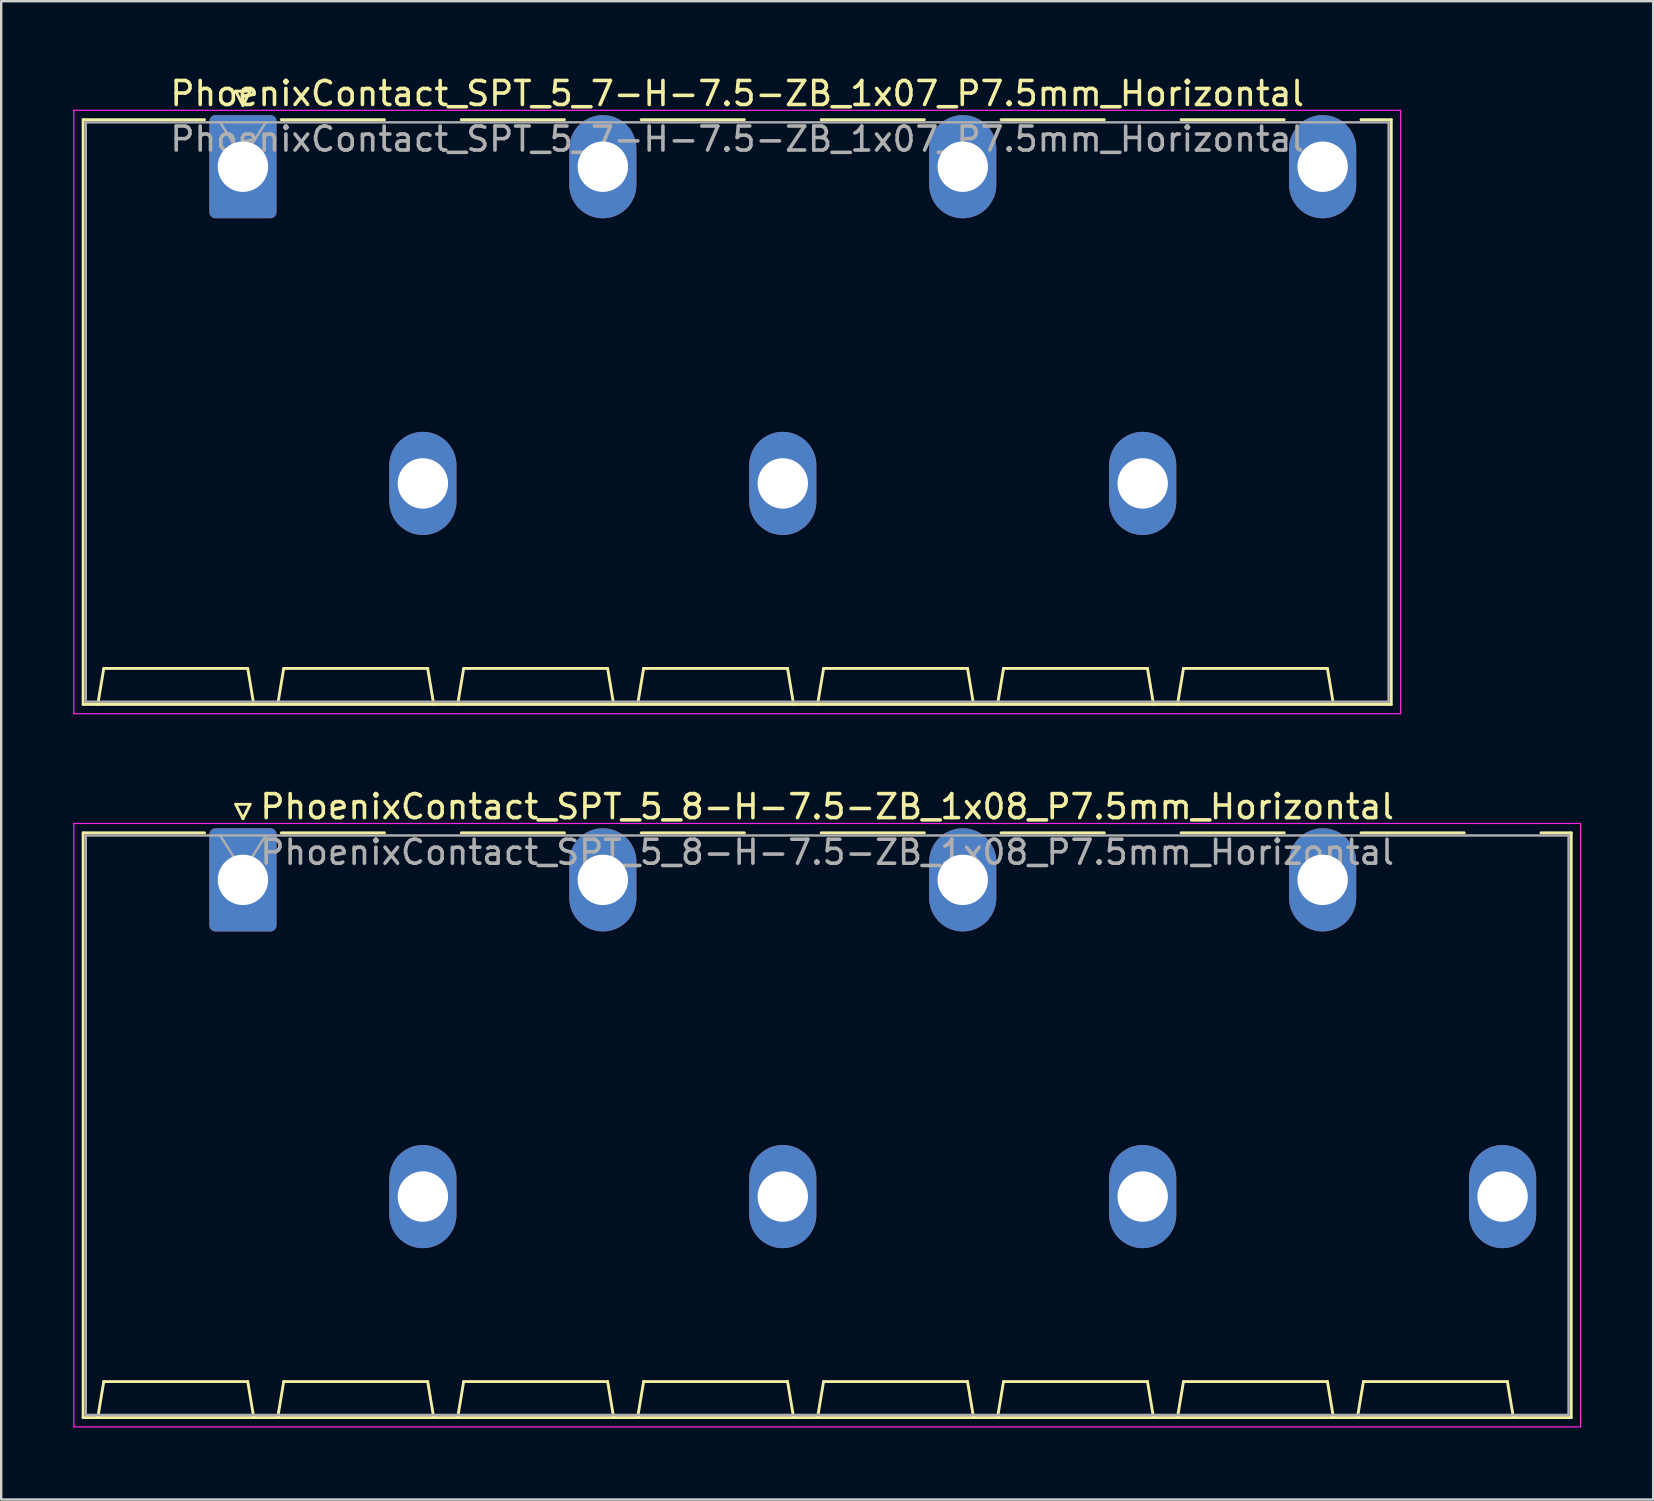
<source format=kicad_pcb>
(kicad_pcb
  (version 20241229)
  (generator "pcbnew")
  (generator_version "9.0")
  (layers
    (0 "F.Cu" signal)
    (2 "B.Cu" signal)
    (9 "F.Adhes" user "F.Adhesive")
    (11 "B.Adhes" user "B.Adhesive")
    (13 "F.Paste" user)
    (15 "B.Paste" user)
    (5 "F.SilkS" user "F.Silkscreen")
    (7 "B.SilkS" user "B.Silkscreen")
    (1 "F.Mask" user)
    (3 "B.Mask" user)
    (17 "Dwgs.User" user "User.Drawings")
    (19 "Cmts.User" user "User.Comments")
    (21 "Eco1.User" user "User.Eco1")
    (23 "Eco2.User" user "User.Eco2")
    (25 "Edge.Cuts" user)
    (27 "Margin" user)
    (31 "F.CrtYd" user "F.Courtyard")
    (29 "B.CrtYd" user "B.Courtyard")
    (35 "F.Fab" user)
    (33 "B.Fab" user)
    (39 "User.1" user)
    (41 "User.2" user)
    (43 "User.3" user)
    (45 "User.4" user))
  (footprint "PhoenixContact_SPT_5_8-H-7.5-ZB_1x08_P7.5mm_Horizontal"
    (layer "F.Cu")
    (at 7.075 33.621)
    (property "Reference" "PhoenixContact_SPT_5_8-H-7.5-ZB_1x08_P7.5mm_Horizontal" (at 24.35 -3.05 0) (layer "F.SilkS") (effects (font (size 1 1) (thickness 0.15))))
    (attr through_hole)
    (fp_line (start -6.66 -1.96) (end -1.6 -1.96) (stroke (width 0.12) (type solid)) (layer "F.SilkS"))
    (fp_line (start -6.66 22.41) (end -6.66 -1.96) (stroke (width 0.12) (type solid)) (layer "F.SilkS"))
    (fp_line (start -6.05 22.41) (end -5.8 20.91) (stroke (width 0.12) (type solid)) (layer "F.SilkS"))
    (fp_line (start -5.8 20.91) (end 0.2 20.91) (stroke (width 0.12) (type solid)) (layer "F.SilkS"))
    (fp_line (start -0.3 -3.15) (end 0 -2.55) (stroke (width 0.12) (type solid)) (layer "F.SilkS"))
    (fp_line (start -0.3 -3.15) (end 0.3 -3.15) (stroke (width 0.12) (type solid)) (layer "F.SilkS"))
    (fp_line (start 0.3 -3.15) (end 0 -2.55) (stroke (width 0.12) (type solid)) (layer "F.SilkS"))
    (fp_line (start 0.45 22.41) (end 0.2 20.91) (stroke (width 0.12) (type solid)) (layer "F.SilkS"))
    (fp_line (start 1.45 22.41) (end 1.7 20.91) (stroke (width 0.12) (type solid)) (layer "F.SilkS"))
    (fp_line (start 1.6 -1.96) (end 5.9 -1.96) (stroke (width 0.12) (type solid)) (layer "F.SilkS"))
    (fp_line (start 1.7 20.91) (end 7.7 20.91) (stroke (width 0.12) (type solid)) (layer "F.SilkS"))
    (fp_line (start 7.95 22.41) (end 7.7 20.91) (stroke (width 0.12) (type solid)) (layer "F.SilkS"))
    (fp_line (start 8.95 22.41) (end 9.2 20.91) (stroke (width 0.12) (type solid)) (layer "F.SilkS"))
    (fp_line (start 9.1 -1.96) (end 13.4 -1.96) (stroke (width 0.12) (type solid)) (layer "F.SilkS"))
    (fp_line (start 9.2 20.91) (end 15.2 20.91) (stroke (width 0.12) (type solid)) (layer "F.SilkS"))
    (fp_line (start 15.45 22.41) (end 15.2 20.91) (stroke (width 0.12) (type solid)) (layer "F.SilkS"))
    (fp_line (start 16.45 22.41) (end 16.7 20.91) (stroke (width 0.12) (type solid)) (layer "F.SilkS"))
    (fp_line (start 16.6 -1.96) (end 20.9 -1.96) (stroke (width 0.12) (type solid)) (layer "F.SilkS"))
    (fp_line (start 16.7 20.91) (end 22.7 20.91) (stroke (width 0.12) (type solid)) (layer "F.SilkS"))
    (fp_line (start 22.95 22.41) (end 22.7 20.91) (stroke (width 0.12) (type solid)) (layer "F.SilkS"))
    (fp_line (start 23.95 22.41) (end 24.2 20.91) (stroke (width 0.12) (type solid)) (layer "F.SilkS"))
    (fp_line (start 24.1 -1.96) (end 28.4 -1.96) (stroke (width 0.12) (type solid)) (layer "F.SilkS"))
    (fp_line (start 24.2 20.91) (end 30.2 20.91) (stroke (width 0.12) (type solid)) (layer "F.SilkS"))
    (fp_line (start 30.45 22.41) (end 30.2 20.91) (stroke (width 0.12) (type solid)) (layer "F.SilkS"))
    (fp_line (start 31.45 22.41) (end 31.7 20.91) (stroke (width 0.12) (type solid)) (layer "F.SilkS"))
    (fp_line (start 31.6 -1.96) (end 35.9 -1.96) (stroke (width 0.12) (type solid)) (layer "F.SilkS"))
    (fp_line (start 31.7 20.91) (end 37.7 20.91) (stroke (width 0.12) (type solid)) (layer "F.SilkS"))
    (fp_line (start 37.95 22.41) (end 37.7 20.91) (stroke (width 0.12) (type solid)) (layer "F.SilkS"))
    (fp_line (start 38.95 22.41) (end 39.2 20.91) (stroke (width 0.12) (type solid)) (layer "F.SilkS"))
    (fp_line (start 39.1 -1.96) (end 43.4 -1.96) (stroke (width 0.12) (type solid)) (layer "F.SilkS"))
    (fp_line (start 39.2 20.91) (end 45.2 20.91) (stroke (width 0.12) (type solid)) (layer "F.SilkS"))
    (fp_line (start 45.45 22.41) (end 45.2 20.91) (stroke (width 0.12) (type solid)) (layer "F.SilkS"))
    (fp_line (start 46.45 22.41) (end 46.7 20.91) (stroke (width 0.12) (type solid)) (layer "F.SilkS"))
    (fp_line (start 46.6 -1.96) (end 50.9 -1.96) (stroke (width 0.12) (type solid)) (layer "F.SilkS"))
    (fp_line (start 46.7 20.91) (end 52.7 20.91) (stroke (width 0.12) (type solid)) (layer "F.SilkS"))
    (fp_line (start 52.95 22.41) (end 52.7 20.91) (stroke (width 0.12) (type solid)) (layer "F.SilkS"))
    (fp_line (start 54.1 -1.96) (end 55.36 -1.96) (stroke (width 0.12) (type solid)) (layer "F.SilkS"))
    (fp_line (start 55.36 -1.96) (end 55.36 22.41) (stroke (width 0.12) (type solid)) (layer "F.SilkS"))
    (fp_line (start 55.36 22.41) (end -6.66 22.41) (stroke (width 0.12) (type solid)) (layer "F.SilkS"))
    (fp_line (start -7.05 -2.35) (end -7.05 22.8) (stroke (width 0.05) (type solid)) (layer "F.CrtYd"))
    (fp_line (start -7.05 22.8) (end 55.75 22.8) (stroke (width 0.05) (type solid)) (layer "F.CrtYd"))
    (fp_line (start 55.75 -2.35) (end -7.05 -2.35) (stroke (width 0.05) (type solid)) (layer "F.CrtYd"))
    (fp_line (start 55.75 22.8) (end 55.75 -2.35) (stroke (width 0.05) (type solid)) (layer "F.CrtYd"))
    (fp_line (start -6.55 -1.85) (end -6.55 22.3) (stroke (width 0.1) (type solid)) (layer "F.Fab"))
    (fp_line (start -6.55 22.3) (end 55.25 22.3) (stroke (width 0.1) (type solid)) (layer "F.Fab"))
    (fp_line (start -0.95 -1.85) (end 0 -0.35) (stroke (width 0.1) (type solid)) (layer "F.Fab"))
    (fp_line (start 0.95 -1.85) (end 0 -0.35) (stroke (width 0.1) (type solid)) (layer "F.Fab"))
    (fp_line (start 55.25 -1.85) (end -6.55 -1.85) (stroke (width 0.1) (type solid)) (layer "F.Fab"))
    (fp_line (start 55.25 22.3) (end 55.25 -1.85) (stroke (width 0.1) (type solid)) (layer "F.Fab"))
    (fp_text user "${REFERENCE}" (at 24.35 -1.15 0) (layer "F.Fab") (effects (font (size 1 1) (thickness 0.15))))
    (pad "1" thru_hole roundrect (at 0 0) (size 2.8 4.3) (drill 2.1) (layers "*.Cu" "*.Mask") (roundrect_rratio 0.089))
    (pad "2" thru_hole oval (at 7.5 13.2) (size 2.8 4.3) (drill 2.1) (layers "*.Cu" "*.Mask"))
    (pad "3" thru_hole oval (at 15 0) (size 2.8 4.3) (drill 2.1) (layers "*.Cu" "*.Mask"))
    (pad "4" thru_hole oval (at 22.5 13.2) (size 2.8 4.3) (drill 2.1) (layers "*.Cu" "*.Mask"))
    (pad "5" thru_hole oval (at 30 0) (size 2.8 4.3) (drill 2.1) (layers "*.Cu" "*.Mask"))
    (pad "6" thru_hole oval (at 37.5 13.2) (size 2.8 4.3) (drill 2.1) (layers "*.Cu" "*.Mask"))
    (pad "7" thru_hole oval (at 45 0) (size 2.8 4.3) (drill 2.1) (layers "*.Cu" "*.Mask"))
    (pad "8" thru_hole oval (at 52.5 13.2) (size 2.8 4.3) (drill 2.1) (layers "*.Cu" "*.Mask")))
  (footprint "PhoenixContact_SPT_5_7-H-7.5-ZB_1x07_P7.5mm_Horizontal"
    (layer "F.Cu")
    (at 7.075 3.898)
    (property "Reference" "PhoenixContact_SPT_5_7-H-7.5-ZB_1x07_P7.5mm_Horizontal" (at 20.6 -3.05 0) (layer "F.SilkS") (effects (font (size 1 1) (thickness 0.15))))
    (attr through_hole)
    (fp_line (start -6.66 -1.96) (end -1.6 -1.96) (stroke (width 0.12) (type solid)) (layer "F.SilkS"))
    (fp_line (start -6.66 22.41) (end -6.66 -1.96) (stroke (width 0.12) (type solid)) (layer "F.SilkS"))
    (fp_line (start -6.05 22.41) (end -5.8 20.91) (stroke (width 0.12) (type solid)) (layer "F.SilkS"))
    (fp_line (start -5.8 20.91) (end 0.2 20.91) (stroke (width 0.12) (type solid)) (layer "F.SilkS"))
    (fp_line (start -0.3 -3.15) (end 0 -2.55) (stroke (width 0.12) (type solid)) (layer "F.SilkS"))
    (fp_line (start -0.3 -3.15) (end 0.3 -3.15) (stroke (width 0.12) (type solid)) (layer "F.SilkS"))
    (fp_line (start 0.3 -3.15) (end 0 -2.55) (stroke (width 0.12) (type solid)) (layer "F.SilkS"))
    (fp_line (start 0.45 22.41) (end 0.2 20.91) (stroke (width 0.12) (type solid)) (layer "F.SilkS"))
    (fp_line (start 1.45 22.41) (end 1.7 20.91) (stroke (width 0.12) (type solid)) (layer "F.SilkS"))
    (fp_line (start 1.6 -1.96) (end 5.9 -1.96) (stroke (width 0.12) (type solid)) (layer "F.SilkS"))
    (fp_line (start 1.7 20.91) (end 7.7 20.91) (stroke (width 0.12) (type solid)) (layer "F.SilkS"))
    (fp_line (start 7.95 22.41) (end 7.7 20.91) (stroke (width 0.12) (type solid)) (layer "F.SilkS"))
    (fp_line (start 8.95 22.41) (end 9.2 20.91) (stroke (width 0.12) (type solid)) (layer "F.SilkS"))
    (fp_line (start 9.1 -1.96) (end 13.4 -1.96) (stroke (width 0.12) (type solid)) (layer "F.SilkS"))
    (fp_line (start 9.2 20.91) (end 15.2 20.91) (stroke (width 0.12) (type solid)) (layer "F.SilkS"))
    (fp_line (start 15.45 22.41) (end 15.2 20.91) (stroke (width 0.12) (type solid)) (layer "F.SilkS"))
    (fp_line (start 16.45 22.41) (end 16.7 20.91) (stroke (width 0.12) (type solid)) (layer "F.SilkS"))
    (fp_line (start 16.6 -1.96) (end 20.9 -1.96) (stroke (width 0.12) (type solid)) (layer "F.SilkS"))
    (fp_line (start 16.7 20.91) (end 22.7 20.91) (stroke (width 0.12) (type solid)) (layer "F.SilkS"))
    (fp_line (start 22.95 22.41) (end 22.7 20.91) (stroke (width 0.12) (type solid)) (layer "F.SilkS"))
    (fp_line (start 23.95 22.41) (end 24.2 20.91) (stroke (width 0.12) (type solid)) (layer "F.SilkS"))
    (fp_line (start 24.1 -1.96) (end 28.4 -1.96) (stroke (width 0.12) (type solid)) (layer "F.SilkS"))
    (fp_line (start 24.2 20.91) (end 30.2 20.91) (stroke (width 0.12) (type solid)) (layer "F.SilkS"))
    (fp_line (start 30.45 22.41) (end 30.2 20.91) (stroke (width 0.12) (type solid)) (layer "F.SilkS"))
    (fp_line (start 31.45 22.41) (end 31.7 20.91) (stroke (width 0.12) (type solid)) (layer "F.SilkS"))
    (fp_line (start 31.6 -1.96) (end 35.9 -1.96) (stroke (width 0.12) (type solid)) (layer "F.SilkS"))
    (fp_line (start 31.7 20.91) (end 37.7 20.91) (stroke (width 0.12) (type solid)) (layer "F.SilkS"))
    (fp_line (start 37.95 22.41) (end 37.7 20.91) (stroke (width 0.12) (type solid)) (layer "F.SilkS"))
    (fp_line (start 38.95 22.41) (end 39.2 20.91) (stroke (width 0.12) (type solid)) (layer "F.SilkS"))
    (fp_line (start 39.1 -1.96) (end 43.4 -1.96) (stroke (width 0.12) (type solid)) (layer "F.SilkS"))
    (fp_line (start 39.2 20.91) (end 45.2 20.91) (stroke (width 0.12) (type solid)) (layer "F.SilkS"))
    (fp_line (start 45.45 22.41) (end 45.2 20.91) (stroke (width 0.12) (type solid)) (layer "F.SilkS"))
    (fp_line (start 46.6 -1.96) (end 47.86 -1.96) (stroke (width 0.12) (type solid)) (layer "F.SilkS"))
    (fp_line (start 47.86 -1.96) (end 47.86 22.41) (stroke (width 0.12) (type solid)) (layer "F.SilkS"))
    (fp_line (start 47.86 22.41) (end -6.66 22.41) (stroke (width 0.12) (type solid)) (layer "F.SilkS"))
    (fp_line (start -7.05 -2.35) (end -7.05 22.8) (stroke (width 0.05) (type solid)) (layer "F.CrtYd"))
    (fp_line (start -7.05 22.8) (end 48.25 22.8) (stroke (width 0.05) (type solid)) (layer "F.CrtYd"))
    (fp_line (start 48.25 -2.35) (end -7.05 -2.35) (stroke (width 0.05) (type solid)) (layer "F.CrtYd"))
    (fp_line (start 48.25 22.8) (end 48.25 -2.35) (stroke (width 0.05) (type solid)) (layer "F.CrtYd"))
    (fp_line (start -6.55 -1.85) (end -6.55 22.3) (stroke (width 0.1) (type solid)) (layer "F.Fab"))
    (fp_line (start -6.55 22.3) (end 47.75 22.3) (stroke (width 0.1) (type solid)) (layer "F.Fab"))
    (fp_line (start -0.95 -1.85) (end 0 -0.35) (stroke (width 0.1) (type solid)) (layer "F.Fab"))
    (fp_line (start 0.95 -1.85) (end 0 -0.35) (stroke (width 0.1) (type solid)) (layer "F.Fab"))
    (fp_line (start 47.75 -1.85) (end -6.55 -1.85) (stroke (width 0.1) (type solid)) (layer "F.Fab"))
    (fp_line (start 47.75 22.3) (end 47.75 -1.85) (stroke (width 0.1) (type solid)) (layer "F.Fab"))
    (fp_text user "${REFERENCE}" (at 20.6 -1.15 0) (layer "F.Fab") (effects (font (size 1 1) (thickness 0.15))))
    (pad "1" thru_hole roundrect (at 0 0) (size 2.8 4.3) (drill 2.1) (layers "*.Cu" "*.Mask") (roundrect_rratio 0.089))
    (pad "2" thru_hole oval (at 7.5 13.2) (size 2.8 4.3) (drill 2.1) (layers "*.Cu" "*.Mask"))
    (pad "3" thru_hole oval (at 15 0) (size 2.8 4.3) (drill 2.1) (layers "*.Cu" "*.Mask"))
    (pad "4" thru_hole oval (at 22.5 13.2) (size 2.8 4.3) (drill 2.1) (layers "*.Cu" "*.Mask"))
    (pad "5" thru_hole oval (at 30 0) (size 2.8 4.3) (drill 2.1) (layers "*.Cu" "*.Mask"))
    (pad "6" thru_hole oval (at 37.5 13.2) (size 2.8 4.3) (drill 2.1) (layers "*.Cu" "*.Mask"))
    (pad "7" thru_hole oval (at 45 0) (size 2.8 4.3) (drill 2.1) (layers "*.Cu" "*.Mask")))
  (gr_rect
    (start -3 -3)
    (end 65.85 59.447)
    (stroke (width 0.1) (type default))
    (fill no)
    (layer "Edge.Cuts")))
</source>
